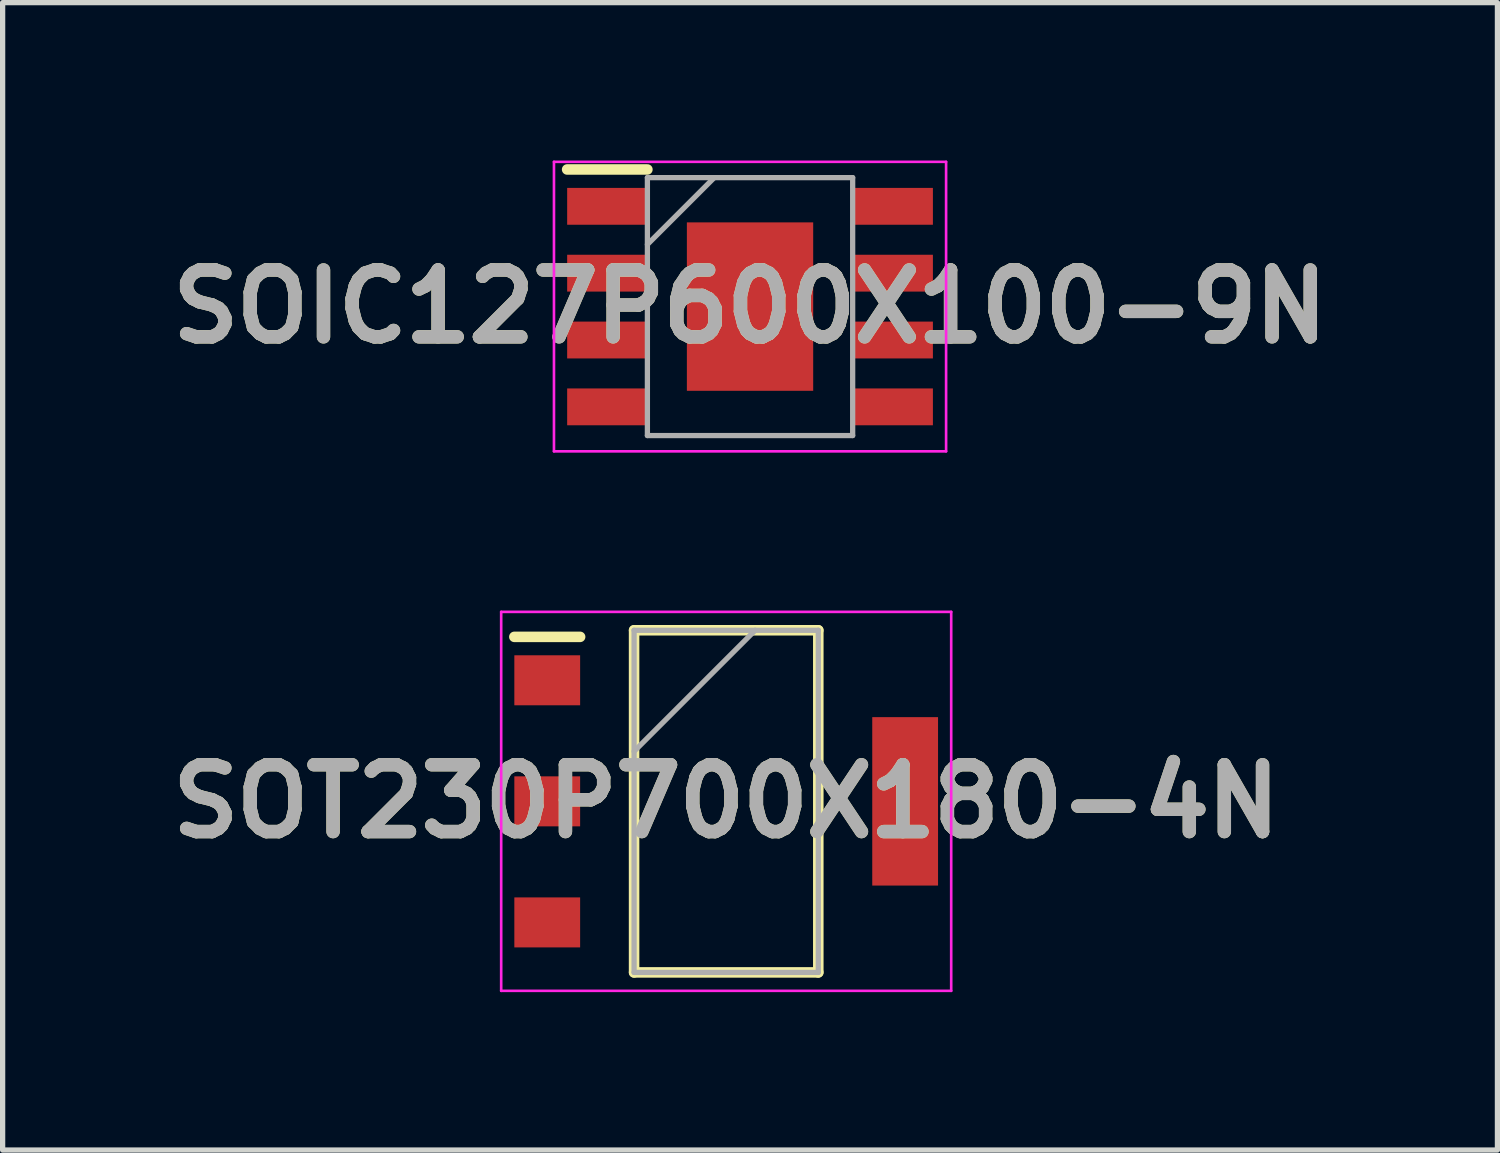
<source format=kicad_pcb>
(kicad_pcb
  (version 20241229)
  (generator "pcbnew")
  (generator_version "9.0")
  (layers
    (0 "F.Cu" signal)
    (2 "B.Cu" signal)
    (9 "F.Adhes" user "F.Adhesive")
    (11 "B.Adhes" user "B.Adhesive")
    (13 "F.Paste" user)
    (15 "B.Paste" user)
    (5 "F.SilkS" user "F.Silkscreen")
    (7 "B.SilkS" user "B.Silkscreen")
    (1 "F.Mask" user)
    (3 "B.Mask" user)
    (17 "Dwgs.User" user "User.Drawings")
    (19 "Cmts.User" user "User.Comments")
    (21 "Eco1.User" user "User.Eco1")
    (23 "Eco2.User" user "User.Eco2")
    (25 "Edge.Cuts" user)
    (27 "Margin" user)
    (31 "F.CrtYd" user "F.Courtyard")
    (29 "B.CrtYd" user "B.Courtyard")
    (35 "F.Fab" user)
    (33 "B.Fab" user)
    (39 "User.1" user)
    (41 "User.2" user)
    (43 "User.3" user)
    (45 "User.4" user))
  (footprint "SOT230P700X180-4N"
    (layer "F.Cu")
    (at 10.747 12.175)
    (property "Reference" "SOT230P700X180-4N" (at 0 0 0) (layer "F.SilkS") (effects (font (size 1.27 1.27) (thickness 0.254))))
    (attr smd)
    (fp_line (start -4.025 -3.125) (end -2.775 -3.125) (stroke (width 0.2) (type solid)) (layer "F.SilkS"))
    (fp_line (start -1.75 -3.25) (end 1.75 -3.25) (stroke (width 0.2) (type solid)) (layer "F.SilkS"))
    (fp_line (start -1.75 3.25) (end -1.75 -3.25) (stroke (width 0.2) (type solid)) (layer "F.SilkS"))
    (fp_line (start 1.75 -3.25) (end 1.75 3.25) (stroke (width 0.2) (type solid)) (layer "F.SilkS"))
    (fp_line (start 1.75 3.25) (end -1.75 3.25) (stroke (width 0.2) (type solid)) (layer "F.SilkS"))
    (fp_line (start -4.275 -3.6) (end 4.275 -3.6) (stroke (width 0.05) (type solid)) (layer "F.CrtYd"))
    (fp_line (start -4.275 3.6) (end -4.275 -3.6) (stroke (width 0.05) (type solid)) (layer "F.CrtYd"))
    (fp_line (start 4.275 -3.6) (end 4.275 3.6) (stroke (width 0.05) (type solid)) (layer "F.CrtYd"))
    (fp_line (start 4.275 3.6) (end -4.275 3.6) (stroke (width 0.05) (type solid)) (layer "F.CrtYd"))
    (fp_line (start -1.75 -3.25) (end 1.75 -3.25) (stroke (width 0.1) (type solid)) (layer "F.Fab"))
    (fp_line (start -1.75 -0.95) (end 0.55 -3.25) (stroke (width 0.1) (type solid)) (layer "F.Fab"))
    (fp_line (start -1.75 3.25) (end -1.75 -3.25) (stroke (width 0.1) (type solid)) (layer "F.Fab"))
    (fp_line (start 1.75 -3.25) (end 1.75 3.25) (stroke (width 0.1) (type solid)) (layer "F.Fab"))
    (fp_line (start 1.75 3.25) (end -1.75 3.25) (stroke (width 0.1) (type solid)) (layer "F.Fab"))
    (fp_text user "${REFERENCE}" (at 0 0 0) (layer "F.Fab") (effects (font (size 1.27 1.27) (thickness 0.254))))
    (pad "1" smd rect (at -3.4 -2.3 90) (size 0.95 1.25) (layers "F.Cu" "F.Mask" "F.Paste"))
    (pad "2" smd rect (at -3.4 0 90) (size 0.95 1.25) (layers "F.Cu" "F.Mask" "F.Paste"))
    (pad "2" smd rect (at 3.4 0) (size 1.25 3.2) (layers "F.Cu" "F.Mask" "F.Paste"))
    (pad "3" smd rect (at -3.4 2.3 90) (size 0.95 1.25) (layers "F.Cu" "F.Mask" "F.Paste")))
  (footprint "SOIC127P600X100-9N"
    (layer "F.Cu")
    (at 11.2 2.775)
    (property "Reference" "SOIC127P600X100-9N" (at 0 0 0) (layer "F.SilkS") (effects (font (size 1.27 1.27) (thickness 0.254))))
    (attr smd)
    (fp_line (start -3.475 -2.605) (end -1.95 -2.605) (stroke (width 0.2) (type solid)) (layer "F.SilkS"))
    (fp_line (start -3.725 -2.75) (end 3.725 -2.75) (stroke (width 0.05) (type solid)) (layer "F.CrtYd"))
    (fp_line (start -3.725 2.75) (end -3.725 -2.75) (stroke (width 0.05) (type solid)) (layer "F.CrtYd"))
    (fp_line (start 3.725 -2.75) (end 3.725 2.75) (stroke (width 0.05) (type solid)) (layer "F.CrtYd"))
    (fp_line (start 3.725 2.75) (end -3.725 2.75) (stroke (width 0.05) (type solid)) (layer "F.CrtYd"))
    (fp_line (start -1.95 -2.45) (end 1.95 -2.45) (stroke (width 0.1) (type solid)) (layer "F.Fab"))
    (fp_line (start -1.95 -1.18) (end -0.68 -2.45) (stroke (width 0.1) (type solid)) (layer "F.Fab"))
    (fp_line (start -1.95 2.45) (end -1.95 -2.45) (stroke (width 0.1) (type solid)) (layer "F.Fab"))
    (fp_line (start 1.95 -2.45) (end 1.95 2.45) (stroke (width 0.1) (type solid)) (layer "F.Fab"))
    (fp_line (start 1.95 2.45) (end -1.95 2.45) (stroke (width 0.1) (type solid)) (layer "F.Fab"))
    (fp_text user "${REFERENCE}" (at 0 0 0) (layer "F.Fab") (effects (font (size 1.27 1.27) (thickness 0.254))))
    (pad "1" smd rect (at -2.712 -1.905 90) (size 0.7 1.525) (layers "F.Cu" "F.Mask" "F.Paste"))
    (pad "2" smd rect (at -2.712 -0.635 90) (size 0.7 1.525) (layers "F.Cu" "F.Mask" "F.Paste"))
    (pad "3" smd rect (at -2.712 0.635 90) (size 0.7 1.525) (layers "F.Cu" "F.Mask" "F.Paste"))
    (pad "4" smd rect (at -2.712 1.905 90) (size 0.7 1.525) (layers "F.Cu" "F.Mask" "F.Paste"))
    (pad "5" smd rect (at 2.712 1.905 90) (size 0.7 1.525) (layers "F.Cu" "F.Mask" "F.Paste"))
    (pad "6" smd rect (at 2.712 0.635 90) (size 0.7 1.525) (layers "F.Cu" "F.Mask" "F.Paste"))
    (pad "7" smd rect (at 2.712 -0.635 90) (size 0.7 1.525) (layers "F.Cu" "F.Mask" "F.Paste"))
    (pad "8" smd rect (at 2.712 -1.905 90) (size 0.7 1.525) (layers "F.Cu" "F.Mask" "F.Paste"))
    (pad "9" smd rect (at 0 0) (size 2.4 3.2) (layers "F.Cu" "F.Mask" "F.Paste")))
  (gr_rect
    (start -3 -3)
    (end 25.4 18.8)
    (stroke (width 0.1) (type default))
    (fill no)
    (layer "Edge.Cuts")))
</source>
